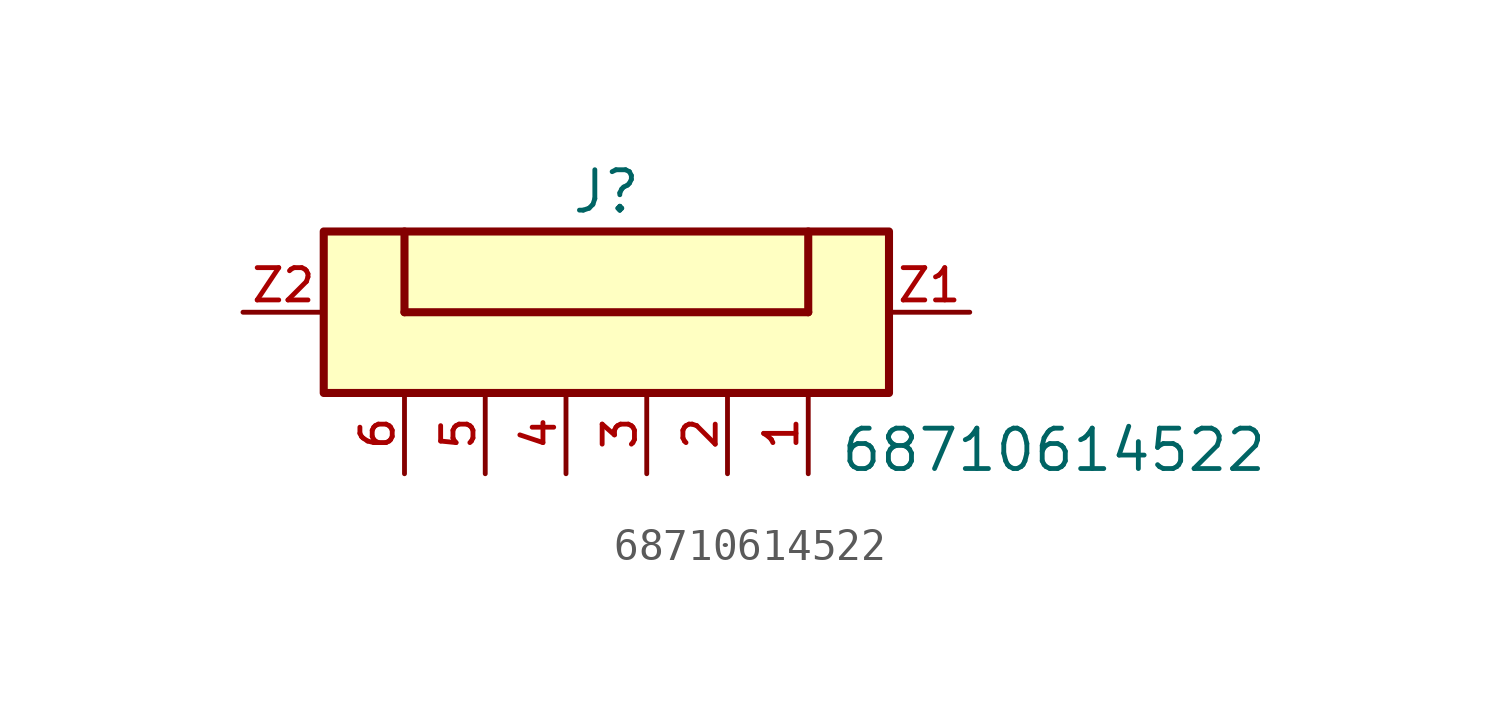
<source format=kicad_sym>
(kicad_symbol_lib
  (version 20231120)
  (generator "kicad_symbol_editor")
  (generator_version "8.0")
  (symbol "68710614522"
    (pin_names
      (offset 1.016))
    (property "Reference" "J"
      (at -1.27 3.048 0)
      (effects (font (size 1.27 1.27)) (justify bottom)))
    (property "Value" "68710614522"
      (at 6.05 -5.08 0)
      (effects (font (size 1.27 1.27)) (justify left bottom)))
    (symbol "68710614522_0_0"
      (rectangle (start -10.16 -2.54) (end 7.62 2.54) (stroke (width 0.254) (type default)) (fill (type background)))
      (polyline (pts (xy -7.62 0) (xy 5.08 0)) (stroke (width 0.254) (type default)) (fill (type none)))
      (polyline (pts (xy -7.62 2.54) (xy -7.62 0)) (stroke (width 0.254) (type default)) (fill (type none)))
      (polyline (pts (xy 5.08 0) (xy 5.08 2.54)) (stroke (width 0.254) (type default)) (fill (type none)))
      (pin passive line (at 5.08 -5.08 90) (length 2.54) (name "~" (effects (font (size 1.016 1.016)))) (number "1" (effects (font (size 1.016 1.016)))))
      (pin passive line (at 2.54 -5.08 90) (length 2.54) (name "~" (effects (font (size 1.016 1.016)))) (number "2" (effects (font (size 1.016 1.016)))))
      (pin passive line (at 0 -5.08 90) (length 2.54) (name "~" (effects (font (size 1.016 1.016)))) (number "3" (effects (font (size 1.016 1.016)))))
      (pin passive line (at -2.54 -5.08 90) (length 2.54) (name "~" (effects (font (size 1.016 1.016)))) (number "4" (effects (font (size 1.016 1.016)))))
      (pin passive line (at -5.08 -5.08 90) (length 2.54) (name "~" (effects (font (size 1.016 1.016)))) (number "5" (effects (font (size 1.016 1.016)))))
      (pin passive line (at -7.62 -5.08 90) (length 2.54) (name "~" (effects (font (size 1.016 1.016)))) (number "6" (effects (font (size 1.016 1.016)))))
      (pin passive line (at 10.16 0 180) (length 2.54) (name "~" (effects (font (size 1.016 1.016)))) (number "Z1" (effects (font (size 1.016 1.016)))))
      (pin passive line (at -12.7 0 0) (length 2.54) (name "~" (effects (font (size 1.016 1.016)))) (number "Z2" (effects (font (size 1.016 1.016))))))))
</source>
